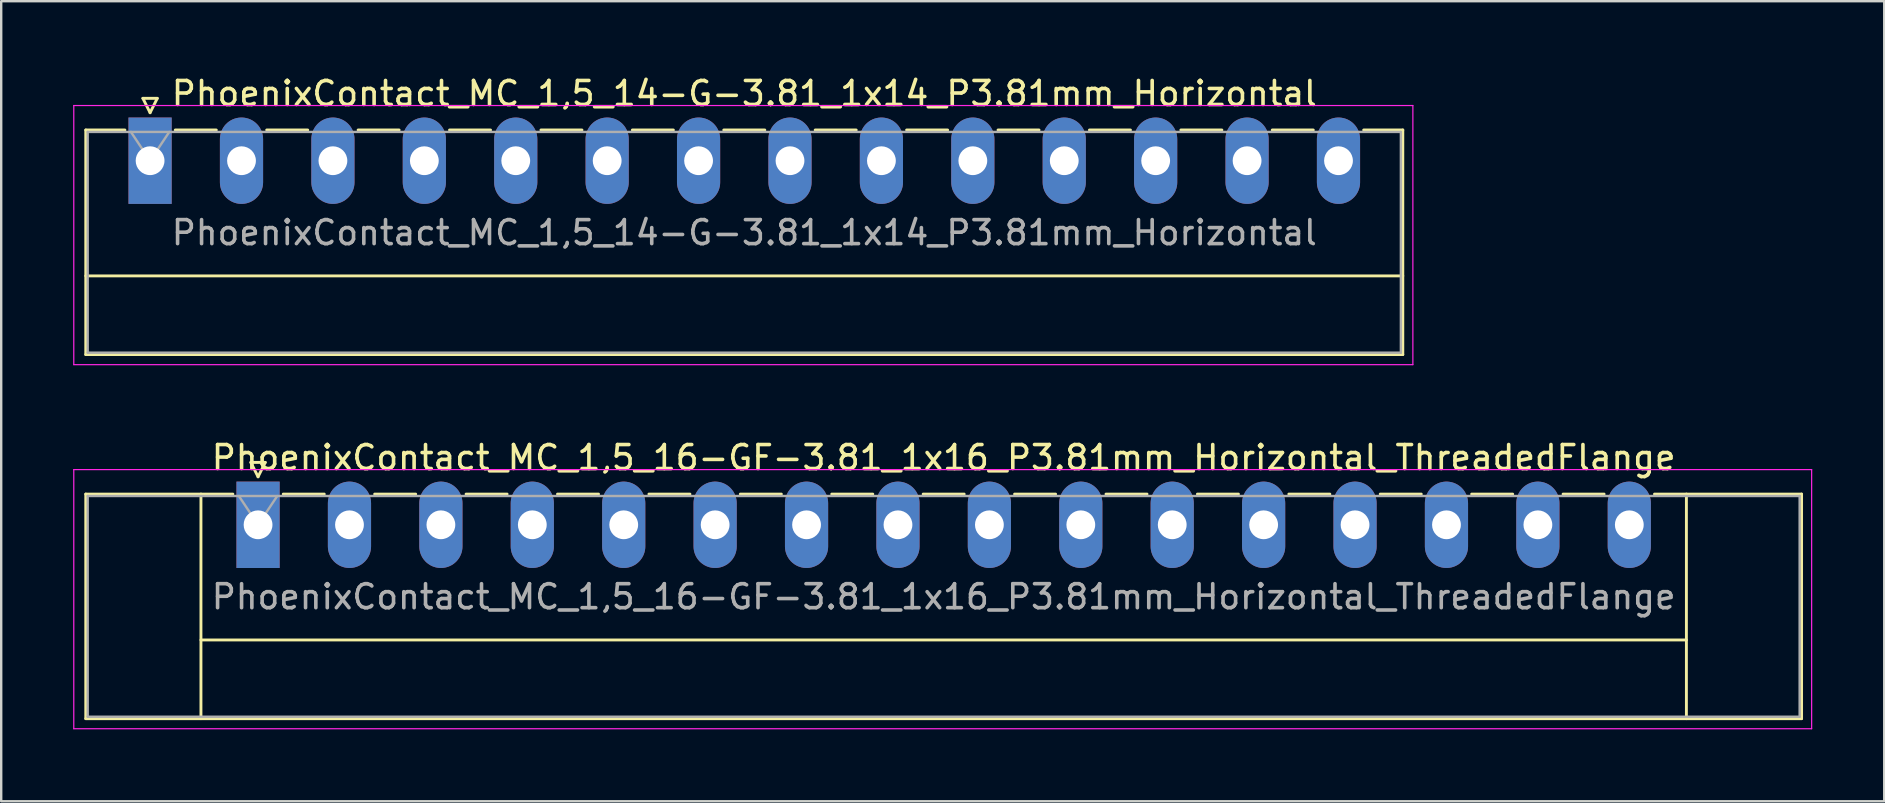
<source format=kicad_pcb>
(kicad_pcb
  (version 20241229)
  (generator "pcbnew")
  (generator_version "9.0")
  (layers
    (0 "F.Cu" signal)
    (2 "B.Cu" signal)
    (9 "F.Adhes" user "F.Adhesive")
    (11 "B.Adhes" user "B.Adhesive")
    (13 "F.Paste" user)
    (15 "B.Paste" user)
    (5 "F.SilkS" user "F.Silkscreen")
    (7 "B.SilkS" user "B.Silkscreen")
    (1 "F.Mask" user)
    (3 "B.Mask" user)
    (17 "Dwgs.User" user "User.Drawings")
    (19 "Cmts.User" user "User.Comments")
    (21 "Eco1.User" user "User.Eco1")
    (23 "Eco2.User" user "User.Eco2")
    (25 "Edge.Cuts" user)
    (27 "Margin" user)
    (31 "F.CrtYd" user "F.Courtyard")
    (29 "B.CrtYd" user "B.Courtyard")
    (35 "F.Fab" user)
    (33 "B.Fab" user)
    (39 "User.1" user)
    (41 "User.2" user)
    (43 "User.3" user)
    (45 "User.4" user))
  (footprint "PhoenixContact_MC_1,5_14-G-3.81_1x14_P3.81mm_Horizontal"
    (layer "F.Cu")
    (at 3.205 3.648)
    (property "Reference" "PhoenixContact_MC_1,5_14-G-3.81_1x14_P3.81mm_Horizontal" (at 24.765 -2.8 0) (layer "F.SilkS") (effects (font (size 1 1) (thickness 0.15))))
    (attr through_hole)
    (fp_line (start -2.68 -1.28) (end -2.68 8.08) (stroke (width 0.12) (type solid)) (layer "F.SilkS"))
    (fp_line (start -2.68 -1.28) (end -1.05 -1.28) (stroke (width 0.12) (type solid)) (layer "F.SilkS"))
    (fp_line (start -2.68 4.8) (end 52.21 4.8) (stroke (width 0.12) (type solid)) (layer "F.SilkS"))
    (fp_line (start -2.68 8.08) (end 52.21 8.08) (stroke (width 0.12) (type solid)) (layer "F.SilkS"))
    (fp_line (start -0.3 -2.6) (end 0.3 -2.6) (stroke (width 0.12) (type solid)) (layer "F.SilkS"))
    (fp_line (start 0 -2) (end -0.3 -2.6) (stroke (width 0.12) (type solid)) (layer "F.SilkS"))
    (fp_line (start 0.3 -2.6) (end 0 -2) (stroke (width 0.12) (type solid)) (layer "F.SilkS"))
    (fp_line (start 1.05 -1.28) (end 2.76 -1.28) (stroke (width 0.12) (type solid)) (layer "F.SilkS"))
    (fp_line (start 4.86 -1.28) (end 6.57 -1.28) (stroke (width 0.12) (type solid)) (layer "F.SilkS"))
    (fp_line (start 8.67 -1.28) (end 10.38 -1.28) (stroke (width 0.12) (type solid)) (layer "F.SilkS"))
    (fp_line (start 12.48 -1.28) (end 14.19 -1.28) (stroke (width 0.12) (type solid)) (layer "F.SilkS"))
    (fp_line (start 16.29 -1.28) (end 18 -1.28) (stroke (width 0.12) (type solid)) (layer "F.SilkS"))
    (fp_line (start 20.1 -1.28) (end 21.81 -1.28) (stroke (width 0.12) (type solid)) (layer "F.SilkS"))
    (fp_line (start 23.91 -1.28) (end 25.62 -1.28) (stroke (width 0.12) (type solid)) (layer "F.SilkS"))
    (fp_line (start 27.72 -1.28) (end 29.43 -1.28) (stroke (width 0.12) (type solid)) (layer "F.SilkS"))
    (fp_line (start 31.53 -1.28) (end 33.24 -1.28) (stroke (width 0.12) (type solid)) (layer "F.SilkS"))
    (fp_line (start 35.34 -1.28) (end 37.05 -1.28) (stroke (width 0.12) (type solid)) (layer "F.SilkS"))
    (fp_line (start 39.15 -1.28) (end 40.86 -1.28) (stroke (width 0.12) (type solid)) (layer "F.SilkS"))
    (fp_line (start 42.96 -1.28) (end 44.67 -1.28) (stroke (width 0.12) (type solid)) (layer "F.SilkS"))
    (fp_line (start 46.77 -1.28) (end 48.48 -1.28) (stroke (width 0.12) (type solid)) (layer "F.SilkS"))
    (fp_line (start 52.21 -1.28) (end 50.58 -1.28) (stroke (width 0.12) (type solid)) (layer "F.SilkS"))
    (fp_line (start 52.21 8.08) (end 52.21 -1.28) (stroke (width 0.12) (type solid)) (layer "F.SilkS"))
    (fp_line (start -3.18 -2.3) (end -3.18 8.5) (stroke (width 0.05) (type solid)) (layer "F.CrtYd"))
    (fp_line (start -3.18 8.5) (end 52.63 8.5) (stroke (width 0.05) (type solid)) (layer "F.CrtYd"))
    (fp_line (start 52.63 -2.3) (end -3.18 -2.3) (stroke (width 0.05) (type solid)) (layer "F.CrtYd"))
    (fp_line (start 52.63 8.5) (end 52.63 -2.3) (stroke (width 0.05) (type solid)) (layer "F.CrtYd"))
    (fp_line (start -2.6 -1.2) (end -2.6 8) (stroke (width 0.1) (type solid)) (layer "F.Fab"))
    (fp_line (start -2.6 8) (end 52.13 8) (stroke (width 0.1) (type solid)) (layer "F.Fab"))
    (fp_line (start 0 0) (end -0.8 -1.2) (stroke (width 0.1) (type solid)) (layer "F.Fab"))
    (fp_line (start 0.8 -1.2) (end 0 0) (stroke (width 0.1) (type solid)) (layer "F.Fab"))
    (fp_line (start 52.13 -1.2) (end -2.6 -1.2) (stroke (width 0.1) (type solid)) (layer "F.Fab"))
    (fp_line (start 52.13 8) (end 52.13 -1.2) (stroke (width 0.1) (type solid)) (layer "F.Fab"))
    (fp_text user "${REFERENCE}" (at 24.765 3 0) (layer "F.Fab") (effects (font (size 1 1) (thickness 0.15))))
    (pad "1" thru_hole rect (at 0 0) (size 1.8 3.6) (drill 1.2) (layers "*.Cu" "*.Mask"))
    (pad "2" thru_hole oval (at 3.81 0) (size 1.8 3.6) (drill 1.2) (layers "*.Cu" "*.Mask"))
    (pad "3" thru_hole oval (at 7.62 0) (size 1.8 3.6) (drill 1.2) (layers "*.Cu" "*.Mask"))
    (pad "4" thru_hole oval (at 11.43 0) (size 1.8 3.6) (drill 1.2) (layers "*.Cu" "*.Mask"))
    (pad "5" thru_hole oval (at 15.24 0) (size 1.8 3.6) (drill 1.2) (layers "*.Cu" "*.Mask"))
    (pad "6" thru_hole oval (at 19.05 0) (size 1.8 3.6) (drill 1.2) (layers "*.Cu" "*.Mask"))
    (pad "7" thru_hole oval (at 22.86 0) (size 1.8 3.6) (drill 1.2) (layers "*.Cu" "*.Mask"))
    (pad "8" thru_hole oval (at 26.67 0) (size 1.8 3.6) (drill 1.2) (layers "*.Cu" "*.Mask"))
    (pad "9" thru_hole oval (at 30.48 0) (size 1.8 3.6) (drill 1.2) (layers "*.Cu" "*.Mask"))
    (pad "10" thru_hole oval (at 34.29 0) (size 1.8 3.6) (drill 1.2) (layers "*.Cu" "*.Mask"))
    (pad "11" thru_hole oval (at 38.1 0) (size 1.8 3.6) (drill 1.2) (layers "*.Cu" "*.Mask"))
    (pad "12" thru_hole oval (at 41.91 0) (size 1.8 3.6) (drill 1.2) (layers "*.Cu" "*.Mask"))
    (pad "13" thru_hole oval (at 45.72 0) (size 1.8 3.6) (drill 1.2) (layers "*.Cu" "*.Mask"))
    (pad "14" thru_hole oval (at 49.53 0) (size 1.8 3.6) (drill 1.2) (layers "*.Cu" "*.Mask")))
  (footprint "PhoenixContact_MC_1,5_16-GF-3.81_1x16_P3.81mm_Horizontal_ThreadedFlange"
    (layer "F.Cu")
    (at 7.705 18.822)
    (property "Reference" "PhoenixContact_MC_1,5_16-GF-3.81_1x16_P3.81mm_Horizontal_ThreadedFlange" (at 28.575 -2.8 0) (layer "F.SilkS") (effects (font (size 1 1) (thickness 0.15))))
    (attr through_hole)
    (fp_line (start -7.18 -1.28) (end -7.18 8.08) (stroke (width 0.12) (type solid)) (layer "F.SilkS"))
    (fp_line (start -7.18 -1.28) (end -1.05 -1.28) (stroke (width 0.12) (type solid)) (layer "F.SilkS"))
    (fp_line (start -7.18 8.08) (end 64.33 8.08) (stroke (width 0.12) (type solid)) (layer "F.SilkS"))
    (fp_line (start -2.38 -1.28) (end -2.38 8.08) (stroke (width 0.12) (type solid)) (layer "F.SilkS"))
    (fp_line (start -2.38 4.8) (end 59.53 4.8) (stroke (width 0.12) (type solid)) (layer "F.SilkS"))
    (fp_line (start -0.3 -2.6) (end 0.3 -2.6) (stroke (width 0.12) (type solid)) (layer "F.SilkS"))
    (fp_line (start 0 -2) (end -0.3 -2.6) (stroke (width 0.12) (type solid)) (layer "F.SilkS"))
    (fp_line (start 0.3 -2.6) (end 0 -2) (stroke (width 0.12) (type solid)) (layer "F.SilkS"))
    (fp_line (start 1.05 -1.28) (end 2.76 -1.28) (stroke (width 0.12) (type solid)) (layer "F.SilkS"))
    (fp_line (start 4.86 -1.28) (end 6.57 -1.28) (stroke (width 0.12) (type solid)) (layer "F.SilkS"))
    (fp_line (start 8.67 -1.28) (end 10.38 -1.28) (stroke (width 0.12) (type solid)) (layer "F.SilkS"))
    (fp_line (start 12.48 -1.28) (end 14.19 -1.28) (stroke (width 0.12) (type solid)) (layer "F.SilkS"))
    (fp_line (start 16.29 -1.28) (end 18 -1.28) (stroke (width 0.12) (type solid)) (layer "F.SilkS"))
    (fp_line (start 20.1 -1.28) (end 21.81 -1.28) (stroke (width 0.12) (type solid)) (layer "F.SilkS"))
    (fp_line (start 23.91 -1.28) (end 25.62 -1.28) (stroke (width 0.12) (type solid)) (layer "F.SilkS"))
    (fp_line (start 27.72 -1.28) (end 29.43 -1.28) (stroke (width 0.12) (type solid)) (layer "F.SilkS"))
    (fp_line (start 31.53 -1.28) (end 33.24 -1.28) (stroke (width 0.12) (type solid)) (layer "F.SilkS"))
    (fp_line (start 35.34 -1.28) (end 37.05 -1.28) (stroke (width 0.12) (type solid)) (layer "F.SilkS"))
    (fp_line (start 39.15 -1.28) (end 40.86 -1.28) (stroke (width 0.12) (type solid)) (layer "F.SilkS"))
    (fp_line (start 42.96 -1.28) (end 44.67 -1.28) (stroke (width 0.12) (type solid)) (layer "F.SilkS"))
    (fp_line (start 46.77 -1.28) (end 48.48 -1.28) (stroke (width 0.12) (type solid)) (layer "F.SilkS"))
    (fp_line (start 50.58 -1.28) (end 52.29 -1.28) (stroke (width 0.12) (type solid)) (layer "F.SilkS"))
    (fp_line (start 54.39 -1.28) (end 56.1 -1.28) (stroke (width 0.12) (type solid)) (layer "F.SilkS"))
    (fp_line (start 59.53 -1.28) (end 59.53 8.08) (stroke (width 0.12) (type solid)) (layer "F.SilkS"))
    (fp_line (start 64.33 -1.28) (end 58.2 -1.28) (stroke (width 0.12) (type solid)) (layer "F.SilkS"))
    (fp_line (start 64.33 8.08) (end 64.33 -1.28) (stroke (width 0.12) (type solid)) (layer "F.SilkS"))
    (fp_line (start -7.68 -2.3) (end -7.68 8.5) (stroke (width 0.05) (type solid)) (layer "F.CrtYd"))
    (fp_line (start -7.68 8.5) (end 64.75 8.5) (stroke (width 0.05) (type solid)) (layer "F.CrtYd"))
    (fp_line (start 64.75 -2.3) (end -7.68 -2.3) (stroke (width 0.05) (type solid)) (layer "F.CrtYd"))
    (fp_line (start 64.75 8.5) (end 64.75 -2.3) (stroke (width 0.05) (type solid)) (layer "F.CrtYd"))
    (fp_line (start -7.1 -1.2) (end -7.1 8) (stroke (width 0.1) (type solid)) (layer "F.Fab"))
    (fp_line (start -7.1 8) (end 64.25 8) (stroke (width 0.1) (type solid)) (layer "F.Fab"))
    (fp_line (start 0 0) (end -0.8 -1.2) (stroke (width 0.1) (type solid)) (layer "F.Fab"))
    (fp_line (start 0.8 -1.2) (end 0 0) (stroke (width 0.1) (type solid)) (layer "F.Fab"))
    (fp_line (start 64.25 -1.2) (end -7.1 -1.2) (stroke (width 0.1) (type solid)) (layer "F.Fab"))
    (fp_line (start 64.25 8) (end 64.25 -1.2) (stroke (width 0.1) (type solid)) (layer "F.Fab"))
    (fp_text user "${REFERENCE}" (at 28.575 3 0) (layer "F.Fab") (effects (font (size 1 1) (thickness 0.15))))
    (pad "1" thru_hole rect (at 0 0) (size 1.8 3.6) (drill 1.2) (layers "*.Cu" "*.Mask"))
    (pad "2" thru_hole oval (at 3.81 0) (size 1.8 3.6) (drill 1.2) (layers "*.Cu" "*.Mask"))
    (pad "3" thru_hole oval (at 7.62 0) (size 1.8 3.6) (drill 1.2) (layers "*.Cu" "*.Mask"))
    (pad "4" thru_hole oval (at 11.43 0) (size 1.8 3.6) (drill 1.2) (layers "*.Cu" "*.Mask"))
    (pad "5" thru_hole oval (at 15.24 0) (size 1.8 3.6) (drill 1.2) (layers "*.Cu" "*.Mask"))
    (pad "6" thru_hole oval (at 19.05 0) (size 1.8 3.6) (drill 1.2) (layers "*.Cu" "*.Mask"))
    (pad "7" thru_hole oval (at 22.86 0) (size 1.8 3.6) (drill 1.2) (layers "*.Cu" "*.Mask"))
    (pad "8" thru_hole oval (at 26.67 0) (size 1.8 3.6) (drill 1.2) (layers "*.Cu" "*.Mask"))
    (pad "9" thru_hole oval (at 30.48 0) (size 1.8 3.6) (drill 1.2) (layers "*.Cu" "*.Mask"))
    (pad "10" thru_hole oval (at 34.29 0) (size 1.8 3.6) (drill 1.2) (layers "*.Cu" "*.Mask"))
    (pad "11" thru_hole oval (at 38.1 0) (size 1.8 3.6) (drill 1.2) (layers "*.Cu" "*.Mask"))
    (pad "12" thru_hole oval (at 41.91 0) (size 1.8 3.6) (drill 1.2) (layers "*.Cu" "*.Mask"))
    (pad "13" thru_hole oval (at 45.72 0) (size 1.8 3.6) (drill 1.2) (layers "*.Cu" "*.Mask"))
    (pad "14" thru_hole oval (at 49.53 0) (size 1.8 3.6) (drill 1.2) (layers "*.Cu" "*.Mask"))
    (pad "15" thru_hole oval (at 53.34 0) (size 1.8 3.6) (drill 1.2) (layers "*.Cu" "*.Mask"))
    (pad "16" thru_hole oval (at 57.15 0) (size 1.8 3.6) (drill 1.2) (layers "*.Cu" "*.Mask")))
  (gr_rect
    (start -3 -3)
    (end 75.48 30.346)
    (stroke (width 0.1) (type default))
    (fill no)
    (layer "Edge.Cuts")))
</source>
